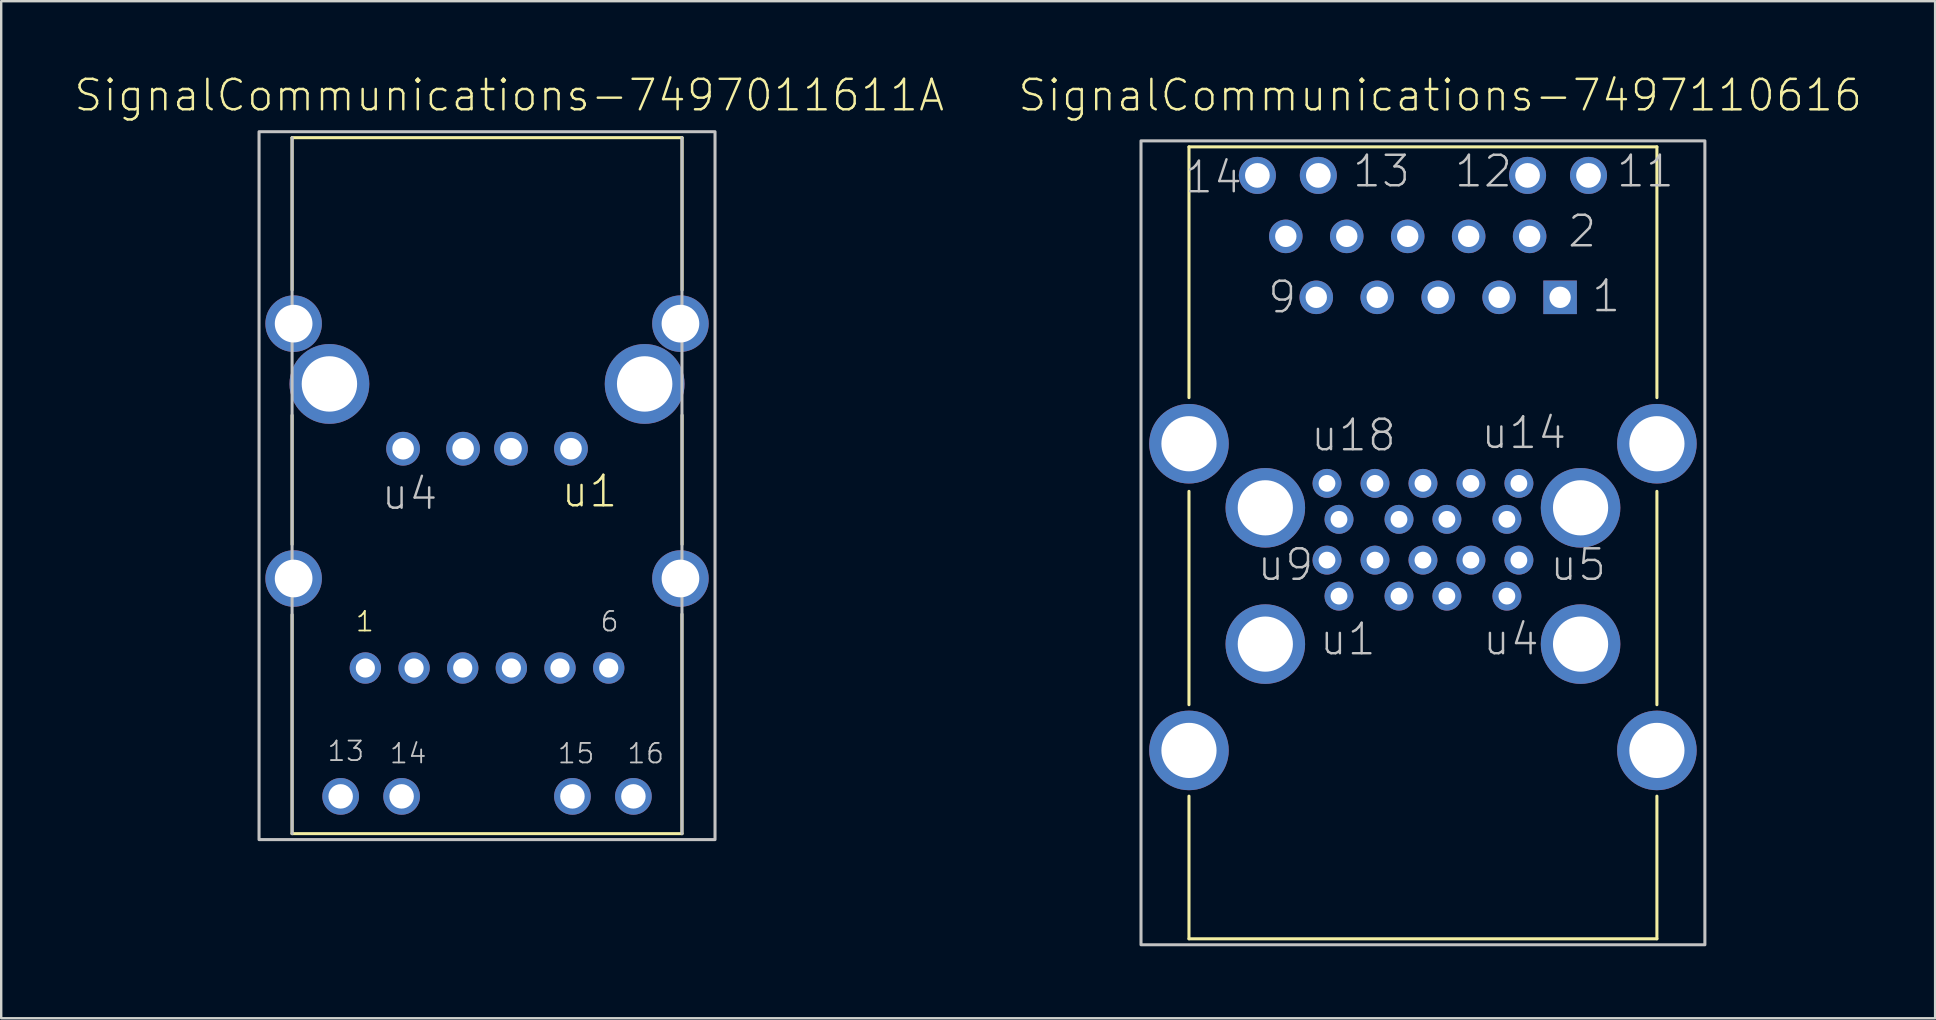
<source format=kicad_pcb>
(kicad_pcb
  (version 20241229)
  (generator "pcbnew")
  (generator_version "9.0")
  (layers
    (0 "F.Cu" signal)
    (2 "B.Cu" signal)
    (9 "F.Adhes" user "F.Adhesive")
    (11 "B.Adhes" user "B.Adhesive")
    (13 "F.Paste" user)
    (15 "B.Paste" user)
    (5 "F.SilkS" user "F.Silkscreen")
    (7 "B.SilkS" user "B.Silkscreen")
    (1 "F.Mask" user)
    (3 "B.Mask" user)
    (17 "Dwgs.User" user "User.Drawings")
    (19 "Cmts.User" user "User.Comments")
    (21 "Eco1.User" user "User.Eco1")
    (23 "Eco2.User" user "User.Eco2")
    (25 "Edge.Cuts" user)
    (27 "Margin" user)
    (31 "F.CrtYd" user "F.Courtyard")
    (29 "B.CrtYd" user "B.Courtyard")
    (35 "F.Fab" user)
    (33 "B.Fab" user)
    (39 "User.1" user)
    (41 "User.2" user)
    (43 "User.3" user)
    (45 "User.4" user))
  (footprint "SignalCommunications-7497110616"
    (layer "F.Cu")
    (at 56.242 28.219)
    (property "Reference" "SignalCommunications-7497110616" (at 0.719 -27.297 0) (layer "F.SilkS") (effects (font (size 1.27 1.27) (thickness 0.102))))
    (attr exclude_from_pos_files exclude_from_bom)
    (fp_line (start -9.749 -25.149) (end -9.749 -14.699) (stroke (width 0.127) (type solid)) (layer "F.SilkS"))
    (fp_line (start -9.749 -1.905) (end -9.749 -10.795) (stroke (width 0.127) (type solid)) (layer "F.SilkS"))
    (fp_line (start -9.749 7.849) (end -9.749 1.905) (stroke (width 0.127) (type solid)) (layer "F.SilkS"))
    (fp_line (start 9.749 -25.149) (end -9.749 -25.149) (stroke (width 0.127) (type solid)) (layer "F.SilkS"))
    (fp_line (start 9.749 -14.699) (end 9.749 -25.149) (stroke (width 0.127) (type solid)) (layer "F.SilkS"))
    (fp_line (start 9.749 -1.905) (end 9.749 -10.795) (stroke (width 0.127) (type solid)) (layer "F.SilkS"))
    (fp_line (start 9.749 7.849) (end -9.749 7.849) (stroke (width 0.127) (type solid)) (layer "F.SilkS"))
    (fp_line (start 9.749 7.849) (end 9.749 1.905) (stroke (width 0.127) (type solid)) (layer "F.SilkS"))
    (fp_poly (pts (xy 11.748 8.098) (xy -11.748 8.098) (xy -11.748 -25.4) (xy 11.748 -25.4) (xy 11.748 -25.248) (xy 11.748 8.098)) (stroke (width 0.127) (type solid)) (fill no) (layer "Dwgs.User"))
    (fp_text user "14" (at -8.73 -23.884 0) (layer "Dwgs.User") (effects (font (size 1.27 1.27) (thickness 0.102))))
    (fp_text user "u18" (at -2.893 -13.134 0) (layer "Dwgs.User") (effects (font (size 1.27 1.27) (thickness 0.102))))
    (fp_text user "u14" (at 4.204 -13.233 0) (layer "Dwgs.User") (effects (font (size 1.27 1.27) (thickness 0.102))))
    (fp_text user "1" (at 7.633 -18.933 0) (layer "Dwgs.User") (effects (font (size 1.27 1.27) (thickness 0.102))))
    (fp_text user "11" (at 9.268 -24.133 0) (layer "Dwgs.User") (effects (font (size 1.27 1.27) (thickness 0.102))))
    (fp_text user "u5" (at 6.469 -7.734 0) (layer "Dwgs.User") (effects (font (size 1.27 1.27) (thickness 0.102))))
    (fp_text user "2" (at 6.634 -21.633 0) (layer "Dwgs.User") (effects (font (size 1.27 1.27) (thickness 0.102))))
    (fp_text user "u1" (at -3.129 -4.633 0) (layer "Dwgs.User") (effects (font (size 1.27 1.27) (thickness 0.102))))
    (fp_text user "9" (at -5.865 -18.885 0) (layer "Dwgs.User") (effects (font (size 1.27 1.27) (thickness 0.102))))
    (fp_text user "12" (at 2.52 -24.133 0) (layer "Dwgs.User") (effects (font (size 1.27 1.27) (thickness 0.102))))
    (fp_text user "u4" (at 3.668 -4.633 0) (layer "Dwgs.User") (effects (font (size 1.27 1.27) (thickness 0.102))))
    (fp_text user "u9" (at -5.728 -7.734 0) (layer "Dwgs.User") (effects (font (size 1.27 1.27) (thickness 0.102))))
    (fp_text user "13" (at -1.73 -24.133 0) (layer "Dwgs.User") (effects (font (size 1.27 1.27) (thickness 0.102))))
    (pad "1" thru_hole rect (at 5.715 -18.88) (size 1.397 1.397) (drill 0.889) (layers "*.Cu" "*.Paste" "*.Mask"))
    (pad "2" thru_hole circle (at 4.445 -21.42) (size 1.397 1.397) (drill 0.889) (layers "*.Cu" "*.Paste" "*.Mask"))
    (pad "3" thru_hole circle (at 3.175 -18.88) (size 1.397 1.397) (drill 0.889) (layers "*.Cu" "*.Paste" "*.Mask"))
    (pad "4" thru_hole circle (at 1.905 -21.42) (size 1.397 1.397) (drill 0.889) (layers "*.Cu" "*.Paste" "*.Mask"))
    (pad "5" thru_hole circle (at 0.635 -18.88) (size 1.397 1.397) (drill 0.889) (layers "*.Cu" "*.Paste" "*.Mask"))
    (pad "6" thru_hole circle (at -0.635 -21.42) (size 1.397 1.397) (drill 0.889) (layers "*.Cu" "*.Paste" "*.Mask"))
    (pad "7" thru_hole circle (at -1.905 -18.88) (size 1.397 1.397) (drill 0.889) (layers "*.Cu" "*.Paste" "*.Mask"))
    (pad "8" thru_hole circle (at -3.175 -21.42) (size 1.397 1.397) (drill 0.889) (layers "*.Cu" "*.Paste" "*.Mask"))
    (pad "9" thru_hole circle (at -4.445 -18.88) (size 1.397 1.397) (drill 0.889) (layers "*.Cu" "*.Paste" "*.Mask"))
    (pad "10" thru_hole circle (at -5.715 -21.42) (size 1.397 1.397) (drill 0.889) (layers "*.Cu" "*.Paste" "*.Mask"))
    (pad "11" thru_hole circle (at 6.899 -23.96) (size 1.544 1.544) (drill 1.029) (layers "*.Cu" "*.Paste" "*.Mask"))
    (pad "12" thru_hole circle (at 4.359 -23.96) (size 1.544 1.544) (drill 1.029) (layers "*.Cu" "*.Paste" "*.Mask"))
    (pad "13" thru_hole circle (at -4.359 -23.96) (size 1.544 1.544) (drill 1.029) (layers "*.Cu" "*.Paste" "*.Mask"))
    (pad "14" thru_hole circle (at -6.899 -23.96) (size 1.544 1.544) (drill 1.029) (layers "*.Cu" "*.Paste" "*.Mask"))
    (pad "U1" thru_hole circle (at -3.498 -6.429) (size 1.206 1.206) (drill 0.699) (layers "*.Cu" "*.Paste" "*.Mask"))
    (pad "U2" thru_hole circle (at -0.998 -6.429) (size 1.206 1.206) (drill 0.699) (layers "*.Cu" "*.Paste" "*.Mask"))
    (pad "U3" thru_hole circle (at 0.998 -6.429) (size 1.206 1.206) (drill 0.699) (layers "*.Cu" "*.Paste" "*.Mask"))
    (pad "U4" thru_hole circle (at 3.498 -6.429) (size 1.206 1.206) (drill 0.699) (layers "*.Cu" "*.Paste" "*.Mask"))
    (pad "U5" thru_hole circle (at 3.998 -7.93) (size 1.206 1.206) (drill 0.699) (layers "*.Cu" "*.Paste" "*.Mask"))
    (pad "U6" thru_hole circle (at 1.999 -7.93) (size 1.206 1.206) (drill 0.699) (layers "*.Cu" "*.Paste" "*.Mask"))
    (pad "U7" thru_hole circle (at 0 -7.93) (size 1.206 1.206) (drill 0.699) (layers "*.Cu" "*.Paste" "*.Mask"))
    (pad "U8" thru_hole circle (at -1.999 -7.93) (size 1.206 1.206) (drill 0.699) (layers "*.Cu" "*.Paste" "*.Mask"))
    (pad "U9" thru_hole circle (at -3.998 -7.93) (size 1.206 1.206) (drill 0.699) (layers "*.Cu" "*.Paste" "*.Mask"))
    (pad "U10" thru_hole circle (at -3.498 -9.629) (size 1.206 1.206) (drill 0.699) (layers "*.Cu" "*.Paste" "*.Mask"))
    (pad "U11" thru_hole circle (at -0.998 -9.629) (size 1.206 1.206) (drill 0.699) (layers "*.Cu" "*.Paste" "*.Mask"))
    (pad "U12" thru_hole circle (at 0.998 -9.629) (size 1.206 1.206) (drill 0.699) (layers "*.Cu" "*.Paste" "*.Mask"))
    (pad "U13" thru_hole circle (at 3.498 -9.629) (size 1.206 1.206) (drill 0.699) (layers "*.Cu" "*.Paste" "*.Mask"))
    (pad "U14" thru_hole circle (at 3.998 -11.128) (size 1.206 1.206) (drill 0.699) (layers "*.Cu" "*.Paste" "*.Mask"))
    (pad "U15" thru_hole circle (at 1.999 -11.128) (size 1.206 1.206) (drill 0.699) (layers "*.Cu" "*.Paste" "*.Mask"))
    (pad "U16" thru_hole circle (at 0 -11.128) (size 1.206 1.206) (drill 0.699) (layers "*.Cu" "*.Paste" "*.Mask"))
    (pad "U17" thru_hole circle (at -1.999 -11.128) (size 1.206 1.206) (drill 0.699) (layers "*.Cu" "*.Paste" "*.Mask"))
    (pad "U18" thru_hole circle (at -3.998 -11.128) (size 1.206 1.206) (drill 0.699) (layers "*.Cu" "*.Paste" "*.Mask"))
    (pad "Z1" thru_hole circle (at 9.749 0) (size 3.315 3.315) (drill 2.299) (layers "*.Cu" "*.Paste" "*.Mask"))
    (pad "Z2" thru_hole circle (at 6.568 -4.43) (size 3.315 3.315) (drill 2.299) (layers "*.Cu" "*.Paste" "*.Mask"))
    (pad "Z3" thru_hole circle (at 6.568 -10.109) (size 3.315 3.315) (drill 2.299) (layers "*.Cu" "*.Paste" "*.Mask"))
    (pad "Z4" thru_hole circle (at 9.749 -12.779) (size 3.315 3.315) (drill 2.299) (layers "*.Cu" "*.Paste" "*.Mask"))
    (pad "Z5" thru_hole circle (at -9.749 -12.779) (size 3.315 3.315) (drill 2.299) (layers "*.Cu" "*.Paste" "*.Mask"))
    (pad "Z6" thru_hole circle (at -6.568 -10.109) (size 3.315 3.315) (drill 2.299) (layers "*.Cu" "*.Paste" "*.Mask"))
    (pad "Z7" thru_hole circle (at -6.568 -4.43) (size 3.315 3.315) (drill 2.299) (layers "*.Cu" "*.Paste" "*.Mask"))
    (pad "Z8" thru_hole circle (at -9.749 0) (size 3.315 3.315) (drill 2.299) (layers "*.Cu" "*.Paste" "*.Mask")))
  (footprint "SignalCommunications-7497011611A"
    (layer "F.Cu")
    (at 17.244 21.056)
    (property "Reference" "SignalCommunications-7497011611A" (at 0.925 -20.135 0) (layer "F.SilkS") (effects (font (size 1.27 1.27) (thickness 0.102))))
    (attr exclude_from_pos_files exclude_from_bom)
    (fp_line (start -8.123 -18.369) (end 8.123 -18.369) (stroke (width 0.127) (type solid)) (layer "F.SilkS"))
    (fp_line (start -8.123 -12.024) (end -8.123 -18.369) (stroke (width 0.127) (type solid)) (layer "F.SilkS"))
    (fp_line (start -8.123 -6.802) (end -8.123 -1.42) (stroke (width 0.127) (type solid)) (layer "F.SilkS"))
    (fp_line (start -8.123 1.506) (end -8.123 10.63) (stroke (width 0.127) (type solid)) (layer "F.SilkS"))
    (fp_line (start 8.123 1.486) (end 8.123 10.632) (stroke (width 0.127) (type solid)) (layer "F.SilkS"))
    (fp_line (start 8.123 10.63) (end -8.123 10.63) (stroke (width 0.127) (type solid)) (layer "F.SilkS"))
    (fp_line (start 8.128 -12.022) (end 8.128 -18.367) (stroke (width 0.127) (type solid)) (layer "F.SilkS"))
    (fp_line (start 8.128 -6.805) (end 8.128 -1.422) (stroke (width 0.127) (type solid)) (layer "F.SilkS"))
    (fp_line (start -8.123 10.63) (end -8.123 -18.369) (stroke (width 0.127) (type solid)) (layer "Dwgs.User"))
    (fp_line (start 8.123 -18.369) (end 8.123 10.63) (stroke (width 0.127) (type solid)) (layer "Dwgs.User"))
    (fp_poly (pts (xy -9.5 -18.618) (xy 9.5 -18.618) (xy 9.5 10.879) (xy -9.5 10.879) (xy -9.5 -18.618)) (stroke (width 0.127) (type solid)) (fill no) (layer "Dwgs.User"))
    (fp_text user "1" (at -5.093 1.793 0) (layer "F.SilkS") (effects (font (size 0.813 0.813) (thickness 0.076))))
    (fp_text user "u1" (at 4.27 -3.635 0) (layer "F.SilkS") (effects (font (size 1.27 1.27) (thickness 0.102))))
    (fp_text user "6" (at 5.105 1.793 0) (layer "Dwgs.User") (effects (font (size 0.813 0.813) (thickness 0.076))))
    (fp_text user "15" (at 3.711 7.292 0) (layer "Dwgs.User") (effects (font (size 0.813 0.813) (thickness 0.076))))
    (fp_text user "14" (at -3.287 7.292 0) (layer "Dwgs.User") (effects (font (size 0.813 0.813) (thickness 0.076))))
    (fp_text user "16" (at 6.612 7.292 0) (layer "Dwgs.User") (effects (font (size 0.813 0.813) (thickness 0.076))))
    (fp_text user "13" (at -5.885 7.193 0) (layer "Dwgs.User") (effects (font (size 0.813 0.813) (thickness 0.076))))
    (fp_text user "u4" (at -3.228 -3.533 0) (layer "Dwgs.User") (effects (font (size 1.27 1.27) (thickness 0.102))))
    (pad "1" thru_hole circle (at -5.07 3.729) (size 1.306 1.306) (drill 0.798) (layers "*.Cu" "*.Paste" "*.Mask"))
    (pad "2" thru_hole circle (at -3.04 3.729) (size 1.306 1.306) (drill 0.798) (layers "*.Cu" "*.Paste" "*.Mask"))
    (pad "3" thru_hole circle (at -1.013 3.729) (size 1.306 1.306) (drill 0.798) (layers "*.Cu" "*.Paste" "*.Mask"))
    (pad "4" thru_hole circle (at 1.013 3.729) (size 1.306 1.306) (drill 0.798) (layers "*.Cu" "*.Paste" "*.Mask"))
    (pad "5" thru_hole circle (at 3.04 3.729) (size 1.306 1.306) (drill 0.798) (layers "*.Cu" "*.Paste" "*.Mask"))
    (pad "6" thru_hole circle (at 5.07 3.729) (size 1.306 1.306) (drill 0.798) (layers "*.Cu" "*.Paste" "*.Mask"))
    (pad "13" thru_hole circle (at -6.099 9.078) (size 1.529 1.529) (drill 1.019) (layers "*.Cu" "*.Paste" "*.Mask"))
    (pad "14" thru_hole circle (at -3.559 9.078) (size 1.529 1.529) (drill 1.019) (layers "*.Cu" "*.Paste" "*.Mask"))
    (pad "15" thru_hole circle (at 3.559 9.078) (size 1.529 1.529) (drill 1.019) (layers "*.Cu" "*.Paste" "*.Mask"))
    (pad "16" thru_hole circle (at 6.099 9.078) (size 1.529 1.529) (drill 1.019) (layers "*.Cu" "*.Paste" "*.Mask"))
    (pad "U1" thru_hole circle (at 3.498 -5.408) (size 1.407 1.407) (drill 0.899) (layers "*.Cu" "*.Paste" "*.Mask"))
    (pad "U2" thru_hole circle (at 0.998 -5.408) (size 1.407 1.407) (drill 0.899) (layers "*.Cu" "*.Paste" "*.Mask"))
    (pad "U3" thru_hole circle (at -0.998 -5.408) (size 1.407 1.407) (drill 0.899) (layers "*.Cu" "*.Paste" "*.Mask"))
    (pad "U4" thru_hole circle (at -3.498 -5.408) (size 1.407 1.407) (drill 0.899) (layers "*.Cu" "*.Paste" "*.Mask"))
    (pad "Z1" thru_hole circle (at -8.059 0) (size 2.355 2.355) (drill 1.57) (layers "*.Cu" "*.Paste" "*.Mask"))
    (pad "Z2" thru_hole circle (at 8.059 0) (size 2.355 2.355) (drill 1.57) (layers "*.Cu" "*.Paste" "*.Mask"))
    (pad "Z3" thru_hole circle (at -8.059 -10.62) (size 2.355 2.355) (drill 1.57) (layers "*.Cu" "*.Paste" "*.Mask"))
    (pad "Z4" thru_hole circle (at 8.059 -10.62) (size 2.355 2.355) (drill 1.57) (layers "*.Cu" "*.Paste" "*.Mask"))
    (pad "Z5" thru_hole circle (at -6.568 -8.108) (size 3.325 3.325) (drill 2.309) (layers "*.Cu" "*.Paste" "*.Mask"))
    (pad "Z6" thru_hole circle (at 6.568 -8.108) (size 3.325 3.325) (drill 2.309) (layers "*.Cu" "*.Paste" "*.Mask")))
  (gr_rect
    (start -3 -3)
    (end 77.584 39.38)
    (stroke (width 0.1) (type default))
    (fill no)
    (layer "Edge.Cuts")))
</source>
